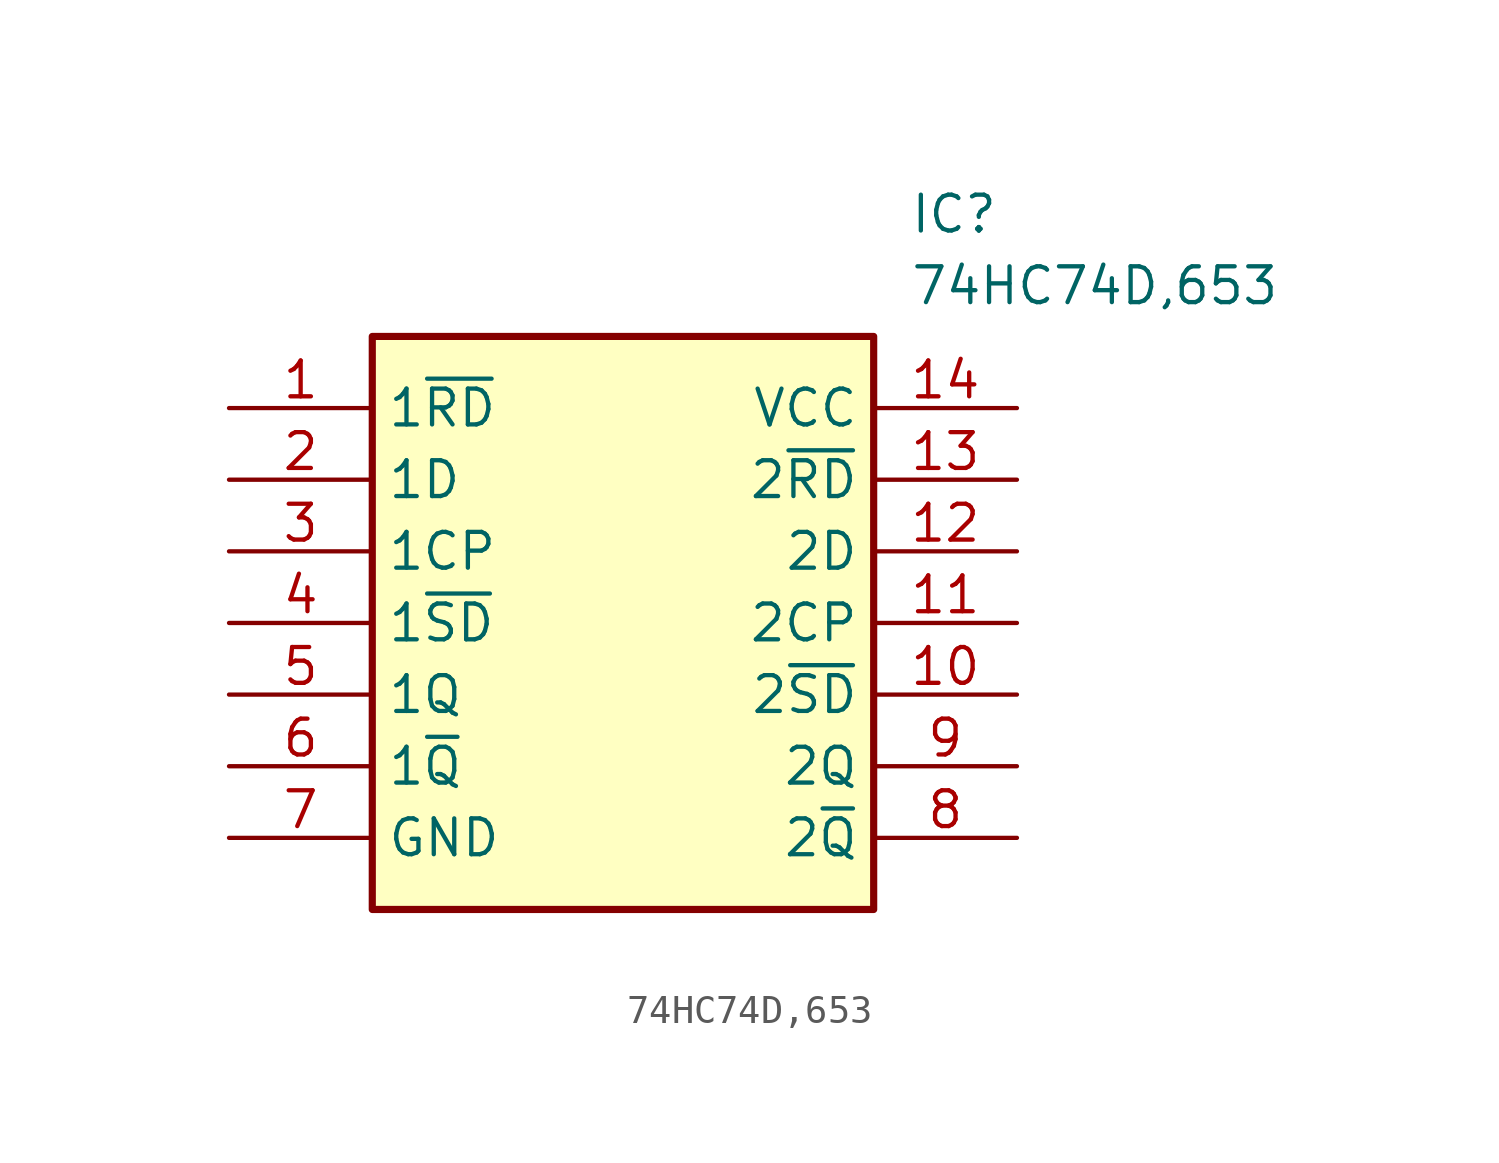
<source format=kicad_sym>
(kicad_symbol_lib
  (version 20211014)
  (generator SamacSys_ECAD_Model)
  (symbol "74HC74D,653"
    (property "Reference" "IC"
      (at 24.13 7.62 0)
      (effects (font (size 1.27 1.27)) (justify left top)))
    (property "Value" "74HC74D,653"
      (at 24.13 5.08 0)
      (effects (font (size 1.27 1.27)) (justify left top)))
    (rectangle
      (start 5.08 2.54)
      (end 22.86 -17.78)
      (stroke (width 0.254) (type default))
      (fill (type background)))
    (pin passive line
      (at 0 0 0)
      (length 5.08)
      (name "1~{RD}" (effects (font (size 1.27 1.27))))
      (number "1" (effects (font (size 1.27 1.27)))))
    (pin passive line
      (at 0 -2.54 0)
      (length 5.08)
      (name "1D" (effects (font (size 1.27 1.27))))
      (number "2" (effects (font (size 1.27 1.27)))))
    (pin passive line
      (at 0 -5.08 0)
      (length 5.08)
      (name "1CP" (effects (font (size 1.27 1.27))))
      (number "3" (effects (font (size 1.27 1.27)))))
    (pin passive line
      (at 0 -7.62 0)
      (length 5.08)
      (name "1~{SD}" (effects (font (size 1.27 1.27))))
      (number "4" (effects (font (size 1.27 1.27)))))
    (pin passive line
      (at 0 -10.16 0)
      (length 5.08)
      (name "1Q" (effects (font (size 1.27 1.27))))
      (number "5" (effects (font (size 1.27 1.27)))))
    (pin passive line
      (at 0 -12.7 0)
      (length 5.08)
      (name "1~{Q}" (effects (font (size 1.27 1.27))))
      (number "6" (effects (font (size 1.27 1.27)))))
    (pin passive line
      (at 0 -15.24 0)
      (length 5.08)
      (name "GND" (effects (font (size 1.27 1.27))))
      (number "7" (effects (font (size 1.27 1.27)))))
    (pin passive line
      (at 27.94 0 180)
      (length 5.08)
      (name "VCC" (effects (font (size 1.27 1.27))))
      (number "14" (effects (font (size 1.27 1.27)))))
    (pin passive line
      (at 27.94 -2.54 180)
      (length 5.08)
      (name "2~{RD}" (effects (font (size 1.27 1.27))))
      (number "13" (effects (font (size 1.27 1.27)))))
    (pin passive line
      (at 27.94 -5.08 180)
      (length 5.08)
      (name "2D" (effects (font (size 1.27 1.27))))
      (number "12" (effects (font (size 1.27 1.27)))))
    (pin passive line
      (at 27.94 -7.62 180)
      (length 5.08)
      (name "2CP" (effects (font (size 1.27 1.27))))
      (number "11" (effects (font (size 1.27 1.27)))))
    (pin passive line
      (at 27.94 -10.16 180)
      (length 5.08)
      (name "2~{SD}" (effects (font (size 1.27 1.27))))
      (number "10" (effects (font (size 1.27 1.27)))))
    (pin passive line
      (at 27.94 -12.7 180)
      (length 5.08)
      (name "2Q" (effects (font (size 1.27 1.27))))
      (number "9" (effects (font (size 1.27 1.27)))))
    (pin passive line
      (at 27.94 -15.24 180)
      (length 5.08)
      (name "2~{Q}" (effects (font (size 1.27 1.27))))
      (number "8" (effects (font (size 1.27 1.27)))))))
</source>
